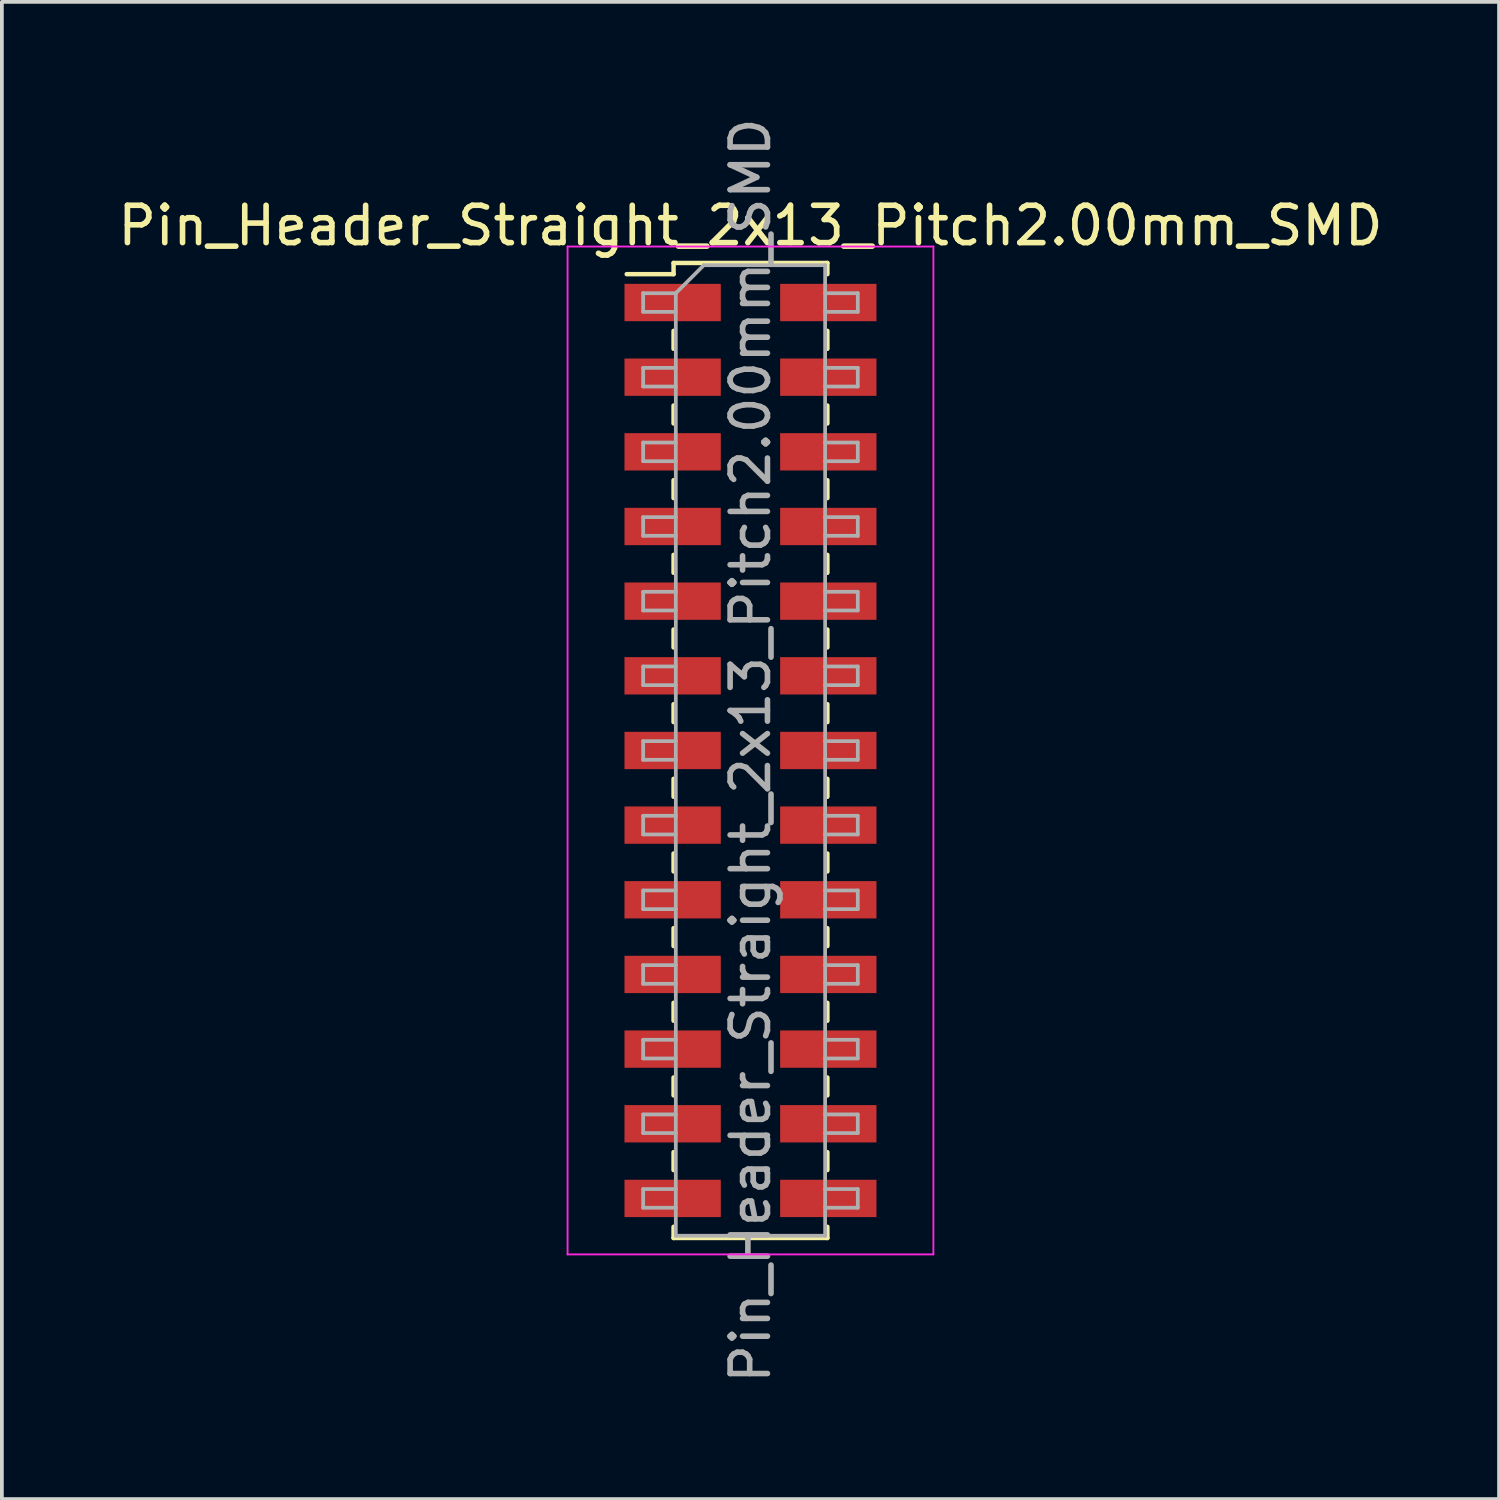
<source format=kicad_pcb>
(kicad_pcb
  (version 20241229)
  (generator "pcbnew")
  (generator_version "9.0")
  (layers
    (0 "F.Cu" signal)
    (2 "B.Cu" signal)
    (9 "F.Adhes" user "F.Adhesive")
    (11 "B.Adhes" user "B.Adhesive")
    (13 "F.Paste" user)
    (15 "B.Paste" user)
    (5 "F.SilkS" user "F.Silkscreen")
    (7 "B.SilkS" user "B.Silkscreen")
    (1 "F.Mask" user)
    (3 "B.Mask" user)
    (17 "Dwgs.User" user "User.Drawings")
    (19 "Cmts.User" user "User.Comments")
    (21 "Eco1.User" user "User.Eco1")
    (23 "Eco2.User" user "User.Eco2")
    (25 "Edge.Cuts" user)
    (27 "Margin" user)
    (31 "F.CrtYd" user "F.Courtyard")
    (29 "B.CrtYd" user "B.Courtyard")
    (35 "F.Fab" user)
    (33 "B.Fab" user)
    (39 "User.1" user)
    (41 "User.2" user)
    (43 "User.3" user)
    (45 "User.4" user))
  (footprint "Pin_Header_Straight_2x13_Pitch2.00mm_SMD"
    (layer "F.Cu")
    (at 17.054 17.054)
    (property "Reference" "Pin_Header_Straight_2x13_Pitch2.00mm_SMD" (at 0 -14.06 0) (layer "F.SilkS") (effects (font (size 1 1) (thickness 0.15))))
    (attr smd)
    (fp_line (start -3.315 -12.76) (end -2.06 -12.76) (stroke (width 0.12) (type solid)) (layer "F.SilkS"))
    (fp_line (start -2.06 -13.06) (end -2.06 -12.76) (stroke (width 0.12) (type solid)) (layer "F.SilkS"))
    (fp_line (start -2.06 -13.06) (end 2.06 -13.06) (stroke (width 0.12) (type solid)) (layer "F.SilkS"))
    (fp_line (start -2.06 -11.24) (end -2.06 -10.76) (stroke (width 0.12) (type solid)) (layer "F.SilkS"))
    (fp_line (start -2.06 -9.24) (end -2.06 -8.76) (stroke (width 0.12) (type solid)) (layer "F.SilkS"))
    (fp_line (start -2.06 -7.24) (end -2.06 -6.76) (stroke (width 0.12) (type solid)) (layer "F.SilkS"))
    (fp_line (start -2.06 -5.24) (end -2.06 -4.76) (stroke (width 0.12) (type solid)) (layer "F.SilkS"))
    (fp_line (start -2.06 -3.24) (end -2.06 -2.76) (stroke (width 0.12) (type solid)) (layer "F.SilkS"))
    (fp_line (start -2.06 -1.24) (end -2.06 -0.76) (stroke (width 0.12) (type solid)) (layer "F.SilkS"))
    (fp_line (start -2.06 0.76) (end -2.06 1.24) (stroke (width 0.12) (type solid)) (layer "F.SilkS"))
    (fp_line (start -2.06 2.76) (end -2.06 3.24) (stroke (width 0.12) (type solid)) (layer "F.SilkS"))
    (fp_line (start -2.06 4.76) (end -2.06 5.24) (stroke (width 0.12) (type solid)) (layer "F.SilkS"))
    (fp_line (start -2.06 6.76) (end -2.06 7.24) (stroke (width 0.12) (type solid)) (layer "F.SilkS"))
    (fp_line (start -2.06 8.76) (end -2.06 9.24) (stroke (width 0.12) (type solid)) (layer "F.SilkS"))
    (fp_line (start -2.06 10.76) (end -2.06 11.24) (stroke (width 0.12) (type solid)) (layer "F.SilkS"))
    (fp_line (start -2.06 12.76) (end -2.06 13.06) (stroke (width 0.12) (type solid)) (layer "F.SilkS"))
    (fp_line (start -2.06 13.06) (end 2.06 13.06) (stroke (width 0.12) (type solid)) (layer "F.SilkS"))
    (fp_line (start 2.06 -13.06) (end 2.06 -12.76) (stroke (width 0.12) (type solid)) (layer "F.SilkS"))
    (fp_line (start 2.06 -11.24) (end 2.06 -10.76) (stroke (width 0.12) (type solid)) (layer "F.SilkS"))
    (fp_line (start 2.06 -9.24) (end 2.06 -8.76) (stroke (width 0.12) (type solid)) (layer "F.SilkS"))
    (fp_line (start 2.06 -7.24) (end 2.06 -6.76) (stroke (width 0.12) (type solid)) (layer "F.SilkS"))
    (fp_line (start 2.06 -5.24) (end 2.06 -4.76) (stroke (width 0.12) (type solid)) (layer "F.SilkS"))
    (fp_line (start 2.06 -3.24) (end 2.06 -2.76) (stroke (width 0.12) (type solid)) (layer "F.SilkS"))
    (fp_line (start 2.06 -1.24) (end 2.06 -0.76) (stroke (width 0.12) (type solid)) (layer "F.SilkS"))
    (fp_line (start 2.06 0.76) (end 2.06 1.24) (stroke (width 0.12) (type solid)) (layer "F.SilkS"))
    (fp_line (start 2.06 2.76) (end 2.06 3.24) (stroke (width 0.12) (type solid)) (layer "F.SilkS"))
    (fp_line (start 2.06 4.76) (end 2.06 5.24) (stroke (width 0.12) (type solid)) (layer "F.SilkS"))
    (fp_line (start 2.06 6.76) (end 2.06 7.24) (stroke (width 0.12) (type solid)) (layer "F.SilkS"))
    (fp_line (start 2.06 8.76) (end 2.06 9.24) (stroke (width 0.12) (type solid)) (layer "F.SilkS"))
    (fp_line (start 2.06 10.76) (end 2.06 11.24) (stroke (width 0.12) (type solid)) (layer "F.SilkS"))
    (fp_line (start 2.06 12.76) (end 2.06 13.06) (stroke (width 0.12) (type solid)) (layer "F.SilkS"))
    (fp_line (start -4.9 -13.5) (end -4.9 13.5) (stroke (width 0.05) (type solid)) (layer "F.CrtYd"))
    (fp_line (start -4.9 13.5) (end 4.9 13.5) (stroke (width 0.05) (type solid)) (layer "F.CrtYd"))
    (fp_line (start 4.9 -13.5) (end -4.9 -13.5) (stroke (width 0.05) (type solid)) (layer "F.CrtYd"))
    (fp_line (start 4.9 13.5) (end 4.9 -13.5) (stroke (width 0.05) (type solid)) (layer "F.CrtYd"))
    (fp_line (start -2.875 -12.25) (end -2.875 -11.75) (stroke (width 0.1) (type solid)) (layer "F.Fab"))
    (fp_line (start -2.875 -11.75) (end -2 -11.75) (stroke (width 0.1) (type solid)) (layer "F.Fab"))
    (fp_line (start -2.875 -10.25) (end -2.875 -9.75) (stroke (width 0.1) (type solid)) (layer "F.Fab"))
    (fp_line (start -2.875 -9.75) (end -2 -9.75) (stroke (width 0.1) (type solid)) (layer "F.Fab"))
    (fp_line (start -2.875 -8.25) (end -2.875 -7.75) (stroke (width 0.1) (type solid)) (layer "F.Fab"))
    (fp_line (start -2.875 -7.75) (end -2 -7.75) (stroke (width 0.1) (type solid)) (layer "F.Fab"))
    (fp_line (start -2.875 -6.25) (end -2.875 -5.75) (stroke (width 0.1) (type solid)) (layer "F.Fab"))
    (fp_line (start -2.875 -5.75) (end -2 -5.75) (stroke (width 0.1) (type solid)) (layer "F.Fab"))
    (fp_line (start -2.875 -4.25) (end -2.875 -3.75) (stroke (width 0.1) (type solid)) (layer "F.Fab"))
    (fp_line (start -2.875 -3.75) (end -2 -3.75) (stroke (width 0.1) (type solid)) (layer "F.Fab"))
    (fp_line (start -2.875 -2.25) (end -2.875 -1.75) (stroke (width 0.1) (type solid)) (layer "F.Fab"))
    (fp_line (start -2.875 -1.75) (end -2 -1.75) (stroke (width 0.1) (type solid)) (layer "F.Fab"))
    (fp_line (start -2.875 -0.25) (end -2.875 0.25) (stroke (width 0.1) (type solid)) (layer "F.Fab"))
    (fp_line (start -2.875 0.25) (end -2 0.25) (stroke (width 0.1) (type solid)) (layer "F.Fab"))
    (fp_line (start -2.875 1.75) (end -2.875 2.25) (stroke (width 0.1) (type solid)) (layer "F.Fab"))
    (fp_line (start -2.875 2.25) (end -2 2.25) (stroke (width 0.1) (type solid)) (layer "F.Fab"))
    (fp_line (start -2.875 3.75) (end -2.875 4.25) (stroke (width 0.1) (type solid)) (layer "F.Fab"))
    (fp_line (start -2.875 4.25) (end -2 4.25) (stroke (width 0.1) (type solid)) (layer "F.Fab"))
    (fp_line (start -2.875 5.75) (end -2.875 6.25) (stroke (width 0.1) (type solid)) (layer "F.Fab"))
    (fp_line (start -2.875 6.25) (end -2 6.25) (stroke (width 0.1) (type solid)) (layer "F.Fab"))
    (fp_line (start -2.875 7.75) (end -2.875 8.25) (stroke (width 0.1) (type solid)) (layer "F.Fab"))
    (fp_line (start -2.875 8.25) (end -2 8.25) (stroke (width 0.1) (type solid)) (layer "F.Fab"))
    (fp_line (start -2.875 9.75) (end -2.875 10.25) (stroke (width 0.1) (type solid)) (layer "F.Fab"))
    (fp_line (start -2.875 10.25) (end -2 10.25) (stroke (width 0.1) (type solid)) (layer "F.Fab"))
    (fp_line (start -2.875 11.75) (end -2.875 12.25) (stroke (width 0.1) (type solid)) (layer "F.Fab"))
    (fp_line (start -2.875 12.25) (end -2 12.25) (stroke (width 0.1) (type solid)) (layer "F.Fab"))
    (fp_line (start -2 -12.25) (end -2.875 -12.25) (stroke (width 0.1) (type solid)) (layer "F.Fab"))
    (fp_line (start -2 -12.25) (end -1.25 -13) (stroke (width 0.1) (type solid)) (layer "F.Fab"))
    (fp_line (start -2 -10.25) (end -2.875 -10.25) (stroke (width 0.1) (type solid)) (layer "F.Fab"))
    (fp_line (start -2 -8.25) (end -2.875 -8.25) (stroke (width 0.1) (type solid)) (layer "F.Fab"))
    (fp_line (start -2 -6.25) (end -2.875 -6.25) (stroke (width 0.1) (type solid)) (layer "F.Fab"))
    (fp_line (start -2 -4.25) (end -2.875 -4.25) (stroke (width 0.1) (type solid)) (layer "F.Fab"))
    (fp_line (start -2 -2.25) (end -2.875 -2.25) (stroke (width 0.1) (type solid)) (layer "F.Fab"))
    (fp_line (start -2 -0.25) (end -2.875 -0.25) (stroke (width 0.1) (type solid)) (layer "F.Fab"))
    (fp_line (start -2 1.75) (end -2.875 1.75) (stroke (width 0.1) (type solid)) (layer "F.Fab"))
    (fp_line (start -2 3.75) (end -2.875 3.75) (stroke (width 0.1) (type solid)) (layer "F.Fab"))
    (fp_line (start -2 5.75) (end -2.875 5.75) (stroke (width 0.1) (type solid)) (layer "F.Fab"))
    (fp_line (start -2 7.75) (end -2.875 7.75) (stroke (width 0.1) (type solid)) (layer "F.Fab"))
    (fp_line (start -2 9.75) (end -2.875 9.75) (stroke (width 0.1) (type solid)) (layer "F.Fab"))
    (fp_line (start -2 11.75) (end -2.875 11.75) (stroke (width 0.1) (type solid)) (layer "F.Fab"))
    (fp_line (start -2 13) (end -2 -12.25) (stroke (width 0.1) (type solid)) (layer "F.Fab"))
    (fp_line (start -1.25 -13) (end 2 -13) (stroke (width 0.1) (type solid)) (layer "F.Fab"))
    (fp_line (start 2 -13) (end 2 13) (stroke (width 0.1) (type solid)) (layer "F.Fab"))
    (fp_line (start 2 -12.25) (end 2.875 -12.25) (stroke (width 0.1) (type solid)) (layer "F.Fab"))
    (fp_line (start 2 -10.25) (end 2.875 -10.25) (stroke (width 0.1) (type solid)) (layer "F.Fab"))
    (fp_line (start 2 -8.25) (end 2.875 -8.25) (stroke (width 0.1) (type solid)) (layer "F.Fab"))
    (fp_line (start 2 -6.25) (end 2.875 -6.25) (stroke (width 0.1) (type solid)) (layer "F.Fab"))
    (fp_line (start 2 -4.25) (end 2.875 -4.25) (stroke (width 0.1) (type solid)) (layer "F.Fab"))
    (fp_line (start 2 -2.25) (end 2.875 -2.25) (stroke (width 0.1) (type solid)) (layer "F.Fab"))
    (fp_line (start 2 -0.25) (end 2.875 -0.25) (stroke (width 0.1) (type solid)) (layer "F.Fab"))
    (fp_line (start 2 1.75) (end 2.875 1.75) (stroke (width 0.1) (type solid)) (layer "F.Fab"))
    (fp_line (start 2 3.75) (end 2.875 3.75) (stroke (width 0.1) (type solid)) (layer "F.Fab"))
    (fp_line (start 2 5.75) (end 2.875 5.75) (stroke (width 0.1) (type solid)) (layer "F.Fab"))
    (fp_line (start 2 7.75) (end 2.875 7.75) (stroke (width 0.1) (type solid)) (layer "F.Fab"))
    (fp_line (start 2 9.75) (end 2.875 9.75) (stroke (width 0.1) (type solid)) (layer "F.Fab"))
    (fp_line (start 2 11.75) (end 2.875 11.75) (stroke (width 0.1) (type solid)) (layer "F.Fab"))
    (fp_line (start 2 13) (end -2 13) (stroke (width 0.1) (type solid)) (layer "F.Fab"))
    (fp_line (start 2.875 -12.25) (end 2.875 -11.75) (stroke (width 0.1) (type solid)) (layer "F.Fab"))
    (fp_line (start 2.875 -11.75) (end 2 -11.75) (stroke (width 0.1) (type solid)) (layer "F.Fab"))
    (fp_line (start 2.875 -10.25) (end 2.875 -9.75) (stroke (width 0.1) (type solid)) (layer "F.Fab"))
    (fp_line (start 2.875 -9.75) (end 2 -9.75) (stroke (width 0.1) (type solid)) (layer "F.Fab"))
    (fp_line (start 2.875 -8.25) (end 2.875 -7.75) (stroke (width 0.1) (type solid)) (layer "F.Fab"))
    (fp_line (start 2.875 -7.75) (end 2 -7.75) (stroke (width 0.1) (type solid)) (layer "F.Fab"))
    (fp_line (start 2.875 -6.25) (end 2.875 -5.75) (stroke (width 0.1) (type solid)) (layer "F.Fab"))
    (fp_line (start 2.875 -5.75) (end 2 -5.75) (stroke (width 0.1) (type solid)) (layer "F.Fab"))
    (fp_line (start 2.875 -4.25) (end 2.875 -3.75) (stroke (width 0.1) (type solid)) (layer "F.Fab"))
    (fp_line (start 2.875 -3.75) (end 2 -3.75) (stroke (width 0.1) (type solid)) (layer "F.Fab"))
    (fp_line (start 2.875 -2.25) (end 2.875 -1.75) (stroke (width 0.1) (type solid)) (layer "F.Fab"))
    (fp_line (start 2.875 -1.75) (end 2 -1.75) (stroke (width 0.1) (type solid)) (layer "F.Fab"))
    (fp_line (start 2.875 -0.25) (end 2.875 0.25) (stroke (width 0.1) (type solid)) (layer "F.Fab"))
    (fp_line (start 2.875 0.25) (end 2 0.25) (stroke (width 0.1) (type solid)) (layer "F.Fab"))
    (fp_line (start 2.875 1.75) (end 2.875 2.25) (stroke (width 0.1) (type solid)) (layer "F.Fab"))
    (fp_line (start 2.875 2.25) (end 2 2.25) (stroke (width 0.1) (type solid)) (layer "F.Fab"))
    (fp_line (start 2.875 3.75) (end 2.875 4.25) (stroke (width 0.1) (type solid)) (layer "F.Fab"))
    (fp_line (start 2.875 4.25) (end 2 4.25) (stroke (width 0.1) (type solid)) (layer "F.Fab"))
    (fp_line (start 2.875 5.75) (end 2.875 6.25) (stroke (width 0.1) (type solid)) (layer "F.Fab"))
    (fp_line (start 2.875 6.25) (end 2 6.25) (stroke (width 0.1) (type solid)) (layer "F.Fab"))
    (fp_line (start 2.875 7.75) (end 2.875 8.25) (stroke (width 0.1) (type solid)) (layer "F.Fab"))
    (fp_line (start 2.875 8.25) (end 2 8.25) (stroke (width 0.1) (type solid)) (layer "F.Fab"))
    (fp_line (start 2.875 9.75) (end 2.875 10.25) (stroke (width 0.1) (type solid)) (layer "F.Fab"))
    (fp_line (start 2.875 10.25) (end 2 10.25) (stroke (width 0.1) (type solid)) (layer "F.Fab"))
    (fp_line (start 2.875 11.75) (end 2.875 12.25) (stroke (width 0.1) (type solid)) (layer "F.Fab"))
    (fp_line (start 2.875 12.25) (end 2 12.25) (stroke (width 0.1) (type solid)) (layer "F.Fab"))
    (fp_text user "${REFERENCE}" (at 0 0 90) (layer "F.Fab") (effects (font (size 1 1) (thickness 0.15))))
    (pad "1" smd rect (at -2.085 -12) (size 2.58 1) (layers "F.Cu" "F.Mask" "F.Paste"))
    (pad "2" smd rect (at 2.085 -12) (size 2.58 1) (layers "F.Cu" "F.Mask" "F.Paste"))
    (pad "3" smd rect (at -2.085 -10) (size 2.58 1) (layers "F.Cu" "F.Mask" "F.Paste"))
    (pad "4" smd rect (at 2.085 -10) (size 2.58 1) (layers "F.Cu" "F.Mask" "F.Paste"))
    (pad "5" smd rect (at -2.085 -8) (size 2.58 1) (layers "F.Cu" "F.Mask" "F.Paste"))
    (pad "6" smd rect (at 2.085 -8) (size 2.58 1) (layers "F.Cu" "F.Mask" "F.Paste"))
    (pad "7" smd rect (at -2.085 -6) (size 2.58 1) (layers "F.Cu" "F.Mask" "F.Paste"))
    (pad "8" smd rect (at 2.085 -6) (size 2.58 1) (layers "F.Cu" "F.Mask" "F.Paste"))
    (pad "9" smd rect (at -2.085 -4) (size 2.58 1) (layers "F.Cu" "F.Mask" "F.Paste"))
    (pad "10" smd rect (at 2.085 -4) (size 2.58 1) (layers "F.Cu" "F.Mask" "F.Paste"))
    (pad "11" smd rect (at -2.085 -2) (size 2.58 1) (layers "F.Cu" "F.Mask" "F.Paste"))
    (pad "12" smd rect (at 2.085 -2) (size 2.58 1) (layers "F.Cu" "F.Mask" "F.Paste"))
    (pad "13" smd rect (at -2.085 0) (size 2.58 1) (layers "F.Cu" "F.Mask" "F.Paste"))
    (pad "14" smd rect (at 2.085 0) (size 2.58 1) (layers "F.Cu" "F.Mask" "F.Paste"))
    (pad "15" smd rect (at -2.085 2) (size 2.58 1) (layers "F.Cu" "F.Mask" "F.Paste"))
    (pad "16" smd rect (at 2.085 2) (size 2.58 1) (layers "F.Cu" "F.Mask" "F.Paste"))
    (pad "17" smd rect (at -2.085 4) (size 2.58 1) (layers "F.Cu" "F.Mask" "F.Paste"))
    (pad "18" smd rect (at 2.085 4) (size 2.58 1) (layers "F.Cu" "F.Mask" "F.Paste"))
    (pad "19" smd rect (at -2.085 6) (size 2.58 1) (layers "F.Cu" "F.Mask" "F.Paste"))
    (pad "20" smd rect (at 2.085 6) (size 2.58 1) (layers "F.Cu" "F.Mask" "F.Paste"))
    (pad "21" smd rect (at -2.085 8) (size 2.58 1) (layers "F.Cu" "F.Mask" "F.Paste"))
    (pad "22" smd rect (at 2.085 8) (size 2.58 1) (layers "F.Cu" "F.Mask" "F.Paste"))
    (pad "23" smd rect (at -2.085 10) (size 2.58 1) (layers "F.Cu" "F.Mask" "F.Paste"))
    (pad "24" smd rect (at 2.085 10) (size 2.58 1) (layers "F.Cu" "F.Mask" "F.Paste"))
    (pad "25" smd rect (at -2.085 12) (size 2.58 1) (layers "F.Cu" "F.Mask" "F.Paste"))
    (pad "26" smd rect (at 2.085 12) (size 2.58 1) (layers "F.Cu" "F.Mask" "F.Paste")))
  (gr_rect
    (start -3 -3)
    (end 37.107 37.107)
    (stroke (width 0.1) (type default))
    (fill no)
    (layer "Edge.Cuts")))
</source>
